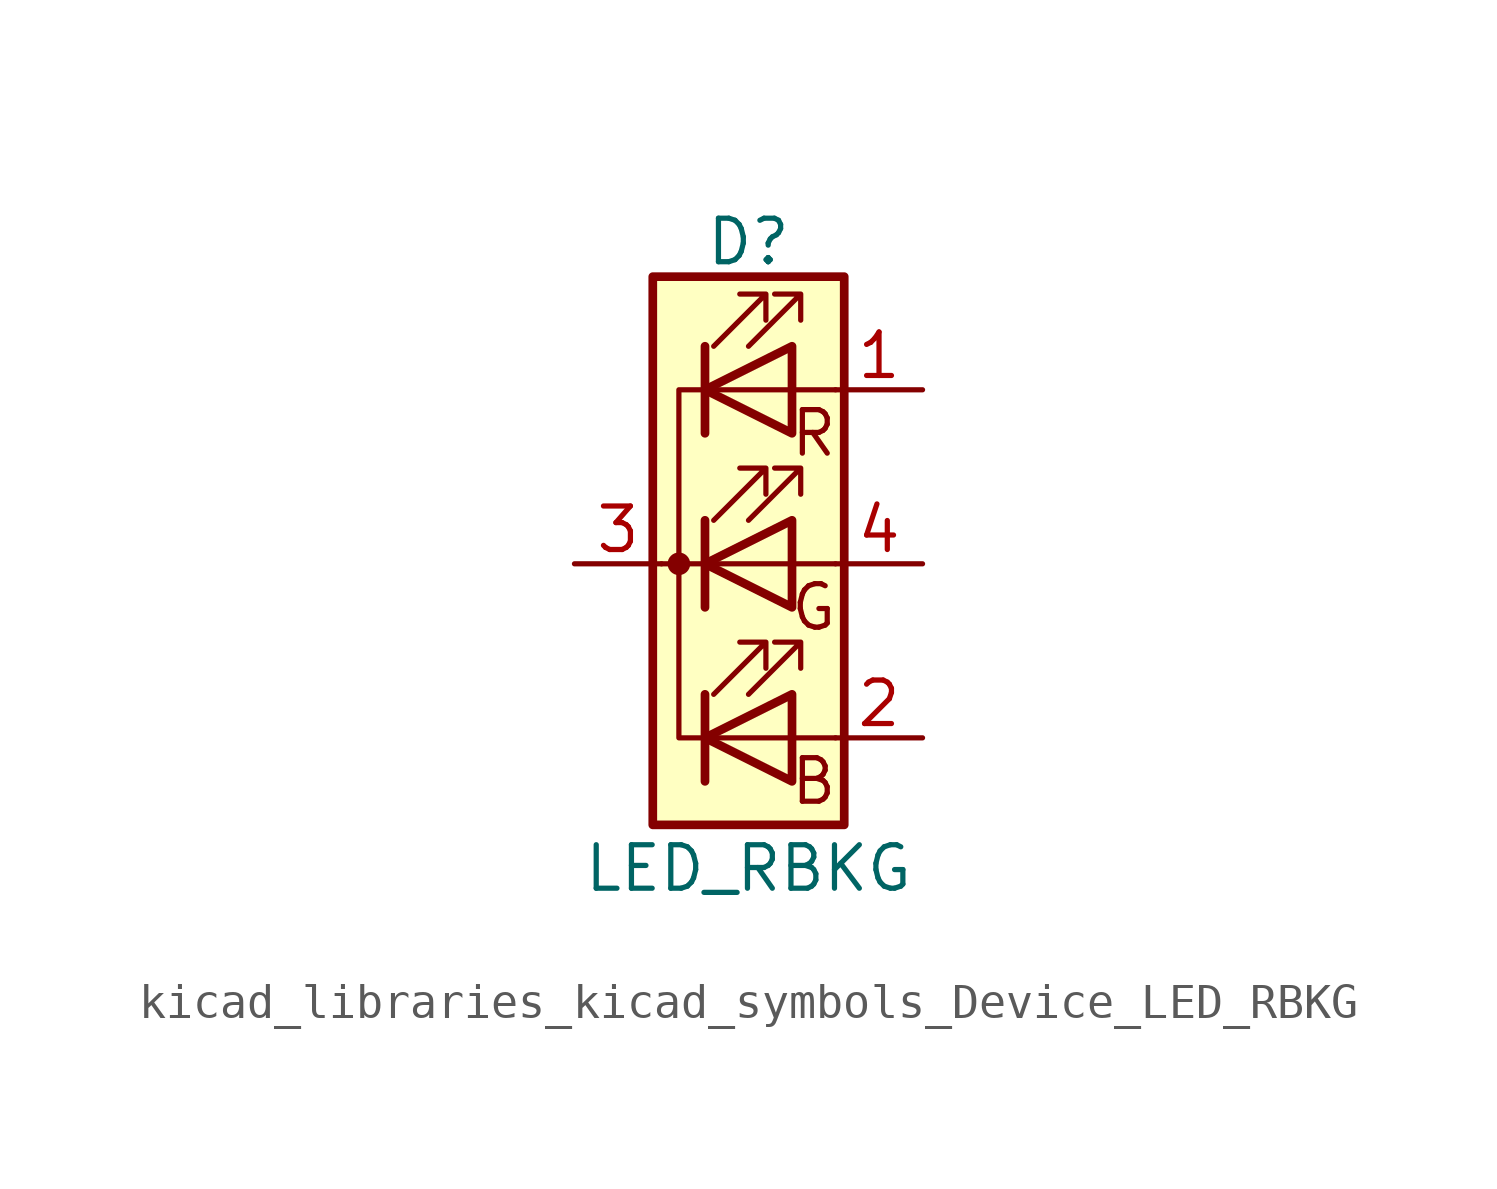
<source format=kicad_sym>
(kicad_symbol_lib
  (version 20220914)
  (generator kicad_symbol_editor)
  (symbol "kicad_libraries_kicad_symbols_Device_LED_RBKG"
    (pin_names
      (offset 0) hide)
    (property "Reference" "D"
      (at 0 9.398 0)
      (effects (font (size 1.27 1.27))))
    (property "Value" "LED_RBKG"
      (at 0 -8.89 0)
      (effects (font (size 1.27 1.27))))
    (symbol "kicad_libraries_kicad_symbols_Device_LED_RBKG_0_0"
      (text "B" (at 1.905 -6.35 0) (effects (font (size 1.27 1.27))))
      (text "G" (at 1.905 -1.27 0) (effects (font (size 1.27 1.27))))
      (text "R" (at 1.905 3.81 0) (effects (font (size 1.27 1.27)))))
    (symbol "kicad_libraries_kicad_symbols_Device_LED_RBKG_0_1"
      (circle (center -2.032 0) (radius 0.254) (stroke (width 0) (type default)) (fill (type outline)))
      (polyline (pts (xy -1.27 -5.08) (xy 1.27 -5.08)) (stroke (width 0) (type default)) (fill (type none)))
      (polyline (pts (xy -1.27 -3.81) (xy -1.27 -6.35)) (stroke (width 0.254) (type default)) (fill (type none)))
      (polyline (pts (xy -1.27 0) (xy -2.54 0)) (stroke (width 0) (type default)) (fill (type none)))
      (polyline (pts (xy -1.27 1.27) (xy -1.27 -1.27)) (stroke (width 0.254) (type default)) (fill (type none)))
      (polyline (pts (xy -1.27 5.08) (xy 1.27 5.08)) (stroke (width 0) (type default)) (fill (type none)))
      (polyline (pts (xy -1.27 6.35) (xy -1.27 3.81)) (stroke (width 0.254) (type default)) (fill (type none)))
      (polyline (pts (xy 1.27 -5.08) (xy 2.54 -5.08)) (stroke (width 0) (type default)) (fill (type none)))
      (polyline (pts (xy 1.27 0) (xy -1.27 0)) (stroke (width 0) (type default)) (fill (type none)))
      (polyline (pts (xy 1.27 0) (xy 2.54 0)) (stroke (width 0) (type default)) (fill (type none)))
      (polyline (pts (xy 1.27 5.08) (xy 2.54 5.08)) (stroke (width 0) (type default)) (fill (type none)))
      (polyline (pts (xy -1.27 1.27) (xy -1.27 -1.27) (xy -1.27 -1.27)) (stroke (width 0) (type default)) (fill (type none)))
      (polyline (pts (xy -1.27 6.35) (xy -1.27 3.81) (xy -1.27 3.81)) (stroke (width 0) (type default)) (fill (type none)))
      (polyline (pts (xy -1.27 5.08) (xy -2.032 5.08) (xy -2.032 -5.08) (xy -1.016 -5.08)) (stroke (width 0) (type default)) (fill (type none)))
      (polyline (pts (xy 1.27 -3.81) (xy 1.27 -6.35) (xy -1.27 -5.08) (xy 1.27 -3.81)) (stroke (width 0.254) (type default)) (fill (type none)))
      (polyline (pts (xy 1.27 1.27) (xy 1.27 -1.27) (xy -1.27 0) (xy 1.27 1.27)) (stroke (width 0.254) (type default)) (fill (type none)))
      (polyline (pts (xy 1.27 6.35) (xy 1.27 3.81) (xy -1.27 5.08) (xy 1.27 6.35)) (stroke (width 0.254) (type default)) (fill (type none)))
      (polyline (pts (xy -1.016 -3.81) (xy 0.508 -2.286) (xy -0.254 -2.286) (xy 0.508 -2.286) (xy 0.508 -3.048)) (stroke (width 0) (type default)) (fill (type none)))
      (polyline (pts (xy -1.016 1.27) (xy 0.508 2.794) (xy -0.254 2.794) (xy 0.508 2.794) (xy 0.508 2.032)) (stroke (width 0) (type default)) (fill (type none)))
      (polyline (pts (xy -1.016 6.35) (xy 0.508 7.874) (xy -0.254 7.874) (xy 0.508 7.874) (xy 0.508 7.112)) (stroke (width 0) (type default)) (fill (type none)))
      (polyline (pts (xy 0 -3.81) (xy 1.524 -2.286) (xy 0.762 -2.286) (xy 1.524 -2.286) (xy 1.524 -3.048)) (stroke (width 0) (type default)) (fill (type none)))
      (polyline (pts (xy 0 1.27) (xy 1.524 2.794) (xy 0.762 2.794) (xy 1.524 2.794) (xy 1.524 2.032)) (stroke (width 0) (type default)) (fill (type none)))
      (polyline (pts (xy 0 6.35) (xy 1.524 7.874) (xy 0.762 7.874) (xy 1.524 7.874) (xy 1.524 7.112)) (stroke (width 0) (type default)) (fill (type none)))
      (rectangle (start 1.27 -1.27) (end 1.27 1.27) (stroke (width 0) (type default)) (fill (type none)))
      (rectangle (start 1.27 1.27) (end 1.27 1.27) (stroke (width 0) (type default)) (fill (type none)))
      (rectangle (start 1.27 3.81) (end 1.27 6.35) (stroke (width 0) (type default)) (fill (type none)))
      (rectangle (start 1.27 6.35) (end 1.27 6.35) (stroke (width 0) (type default)) (fill (type none)))
      (rectangle (start 2.794 8.382) (end -2.794 -7.62) (stroke (width 0.254) (type default)) (fill (type background))))
    (symbol "kicad_libraries_kicad_symbols_Device_LED_RBKG_1_1"
      (pin passive line (at 5.08 5.08 180) (length 2.54) (name "RA" (effects (font (size 1.27 1.27)))) (number "1" (effects (font (size 1.27 1.27)))))
      (pin passive line (at 5.08 -5.08 180) (length 2.54) (name "BA" (effects (font (size 1.27 1.27)))) (number "2" (effects (font (size 1.27 1.27)))))
      (pin passive line (at -5.08 0 0) (length 2.54) (name "K" (effects (font (size 1.27 1.27)))) (number "3" (effects (font (size 1.27 1.27)))))
      (pin passive line (at 5.08 0 180) (length 2.54) (name "GA" (effects (font (size 1.27 1.27)))) (number "4" (effects (font (size 1.27 1.27))))))))
</source>
